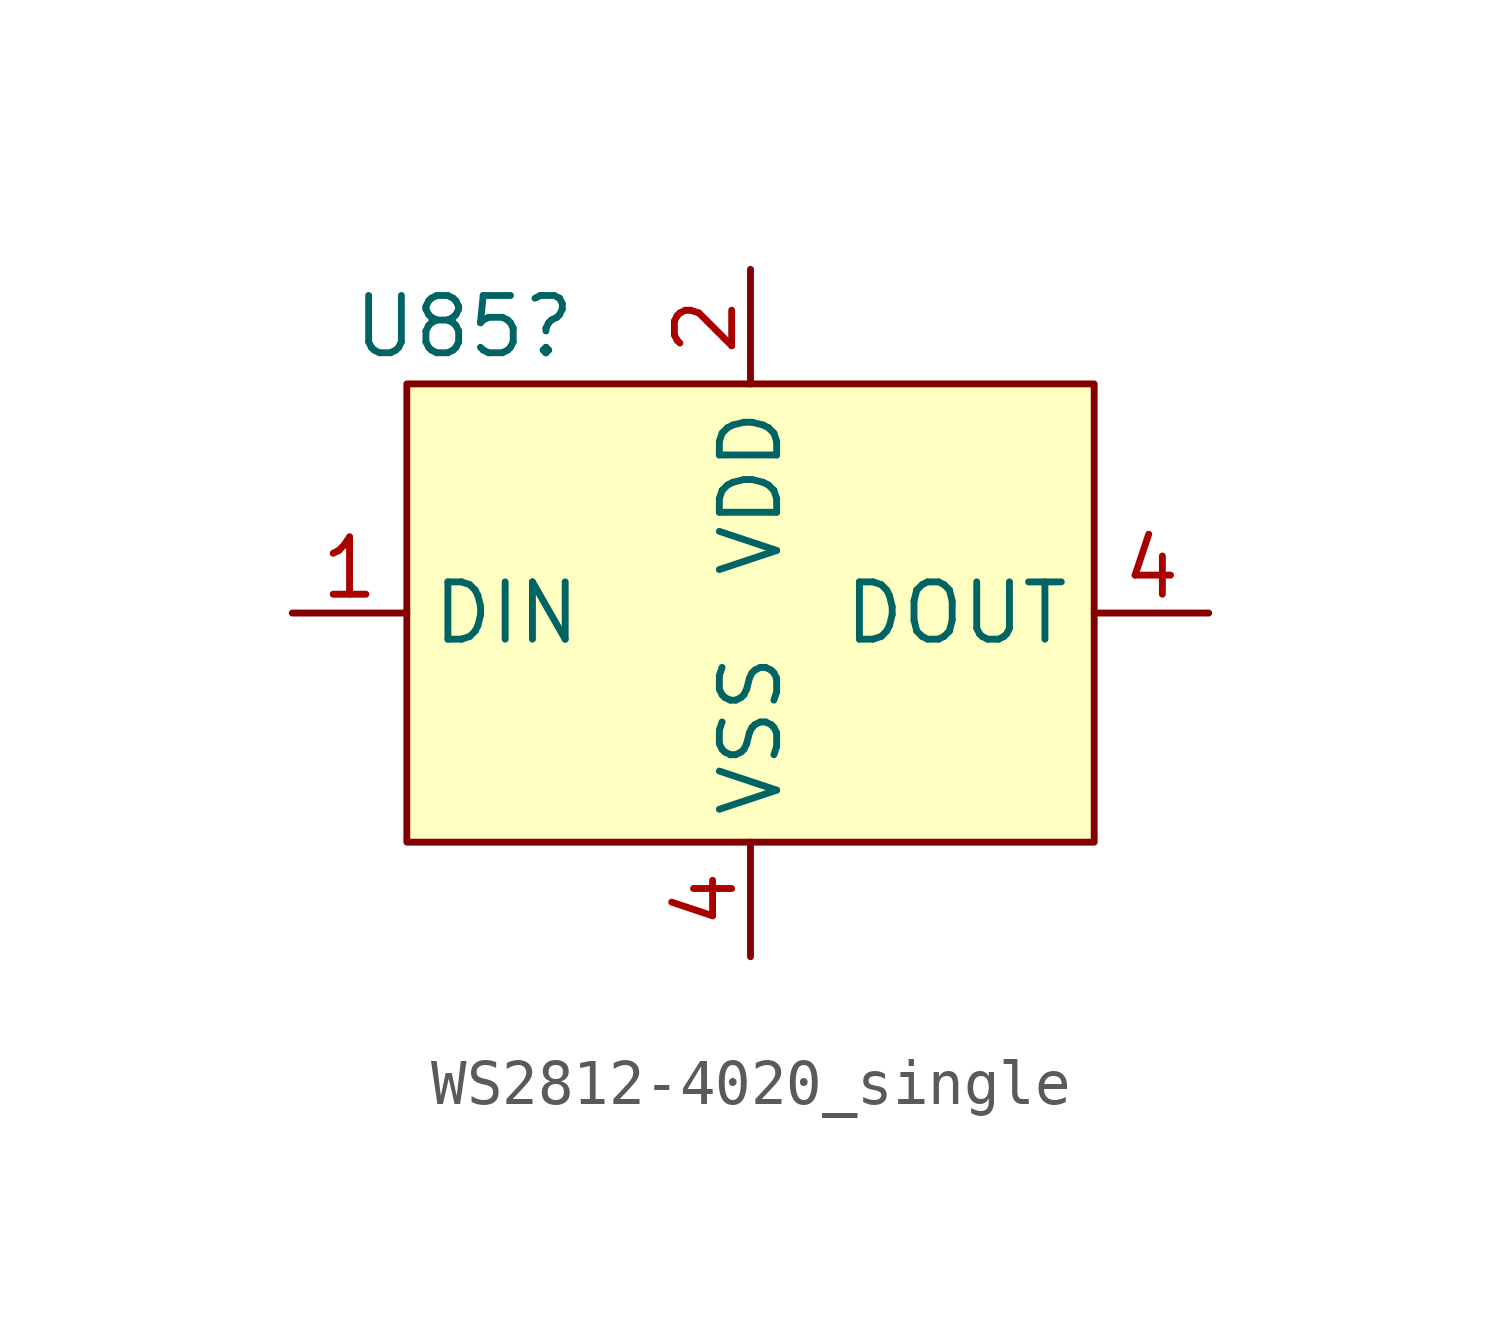
<source format=kicad_sym>
(kicad_symbol_lib
  (version 20211014)
  (generator kicad_symbol_editor)
  (symbol "WS2812-4020_single"
    (property "Reference" "U85"
      (at -6.35 6.35 0)
      (effects (font (size 1.27 1.27))))
    (symbol "WS2812-4020_single_0_1"
      (rectangle (start -7.62 5.08) (end 7.62 -5.08) (stroke (width 0.152) (type default) (color 0 0 0 0)) (fill (type background))))
    (symbol "WS2812-4020_single_1_1"
      (pin input line (at -10.16 0 0) (length 2.54) (name "DIN" (effects (font (size 1.27 1.27)))) (number "1" (effects (font (size 1.27 1.27)))))
      (pin input line (at 0 7.62 270) (length 2.54) (name "VDD" (effects (font (size 1.27 1.27)))) (number "2" (effects (font (size 1.27 1.27)))))
      (pin input line (at 10.16 0 180) (length 2.54) (name "DOUT" (effects (font (size 1.27 1.27)))) (number "4" (effects (font (size 1.27 1.27)))))
      (pin input line (at 0 -7.62 90) (length 2.54) (name "VSS" (effects (font (size 1.27 1.27)))) (number "4" (effects (font (size 1.27 1.27))))))))
</source>
